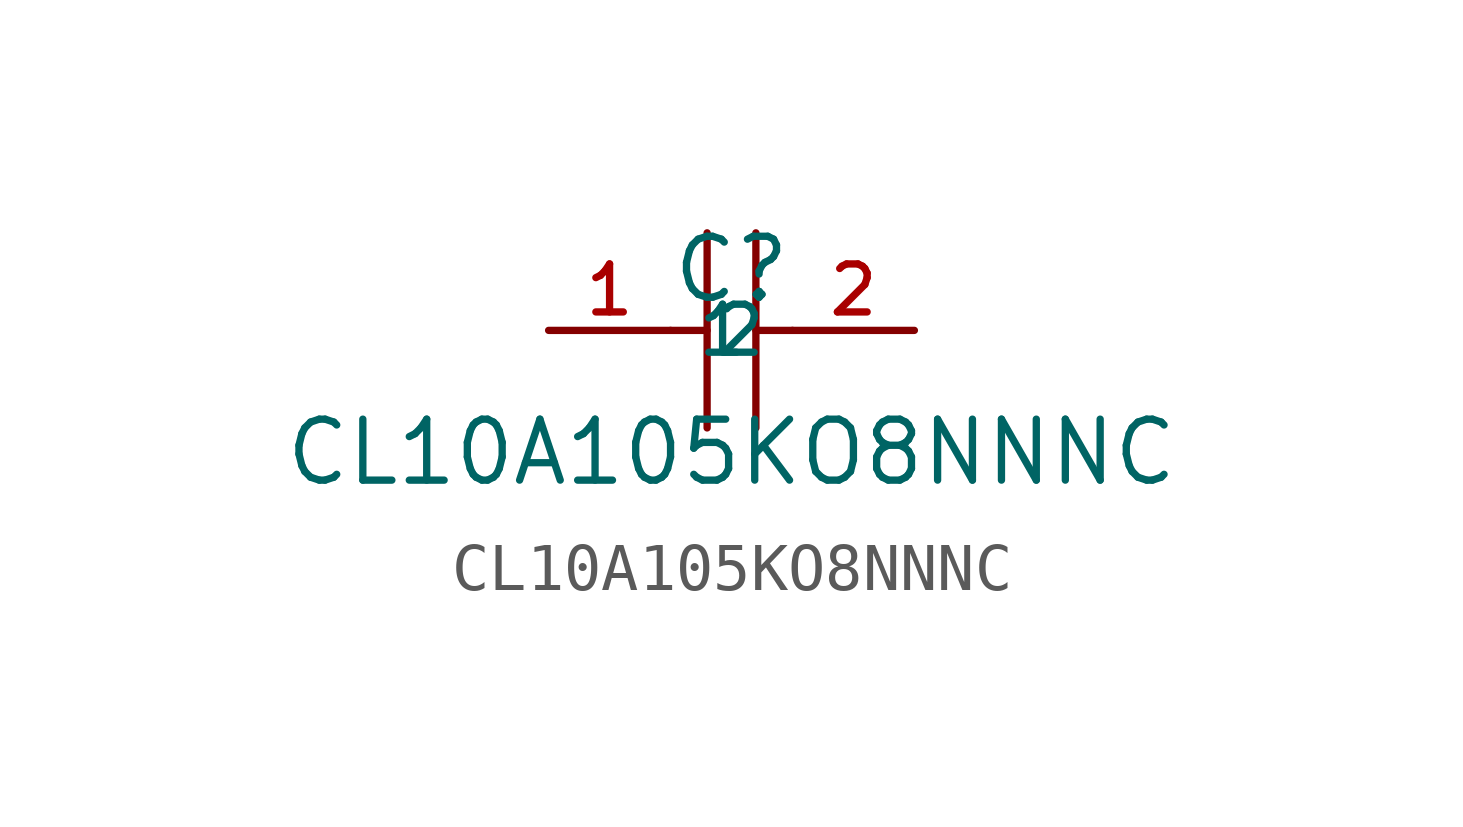
<source format=kicad_sym>
(kicad_symbol_lib
  (version 20210201)
  (generator TousstNicolas/JLC2KiCad_lib)
  (symbol "CL10A105KO8NNNC"
    (property "Reference" "C"
      (at 0 1.27 0)
      (effects (font (size 1.27 1.27))))
    (property "Value" "CL10A105KO8NNNC"
      (at 0 -2.54 0)
      (effects (font (size 1.27 1.27))))
    (symbol "CL10A105KO8NNNC_0_1"
      (polyline (pts (xy -0.508 2.032) (xy -0.508 -2.032)) (stroke (width 0) (type default) (color 0 0 0 0)) (fill (type none)))
      (polyline (pts (xy 0.508 2.032) (xy 0.508 -2.032)) (stroke (width 0) (type default) (color 0 0 0 0)) (fill (type none)))
      (pin input line (at -3.81 -0.0 0) (length 2.54) (name "1" (effects (font (size 1 1)))) (number "1" (effects (font (size 1 1)))))
      (pin input line (at 3.81 -0.0 180) (length 2.54) (name "2" (effects (font (size 1 1)))) (number "2" (effects (font (size 1 1)))))
      (polyline (pts (xy -1.27 -0.0) (xy -0.508 -0.0)) (stroke (width 0) (type default) (color 0 0 0 0)) (fill (type none)))
      (polyline (pts (xy 0.508 -0.0) (xy 1.27 -0.0)) (stroke (width 0) (type default) (color 0 0 0 0)) (fill (type none))))))
</source>
